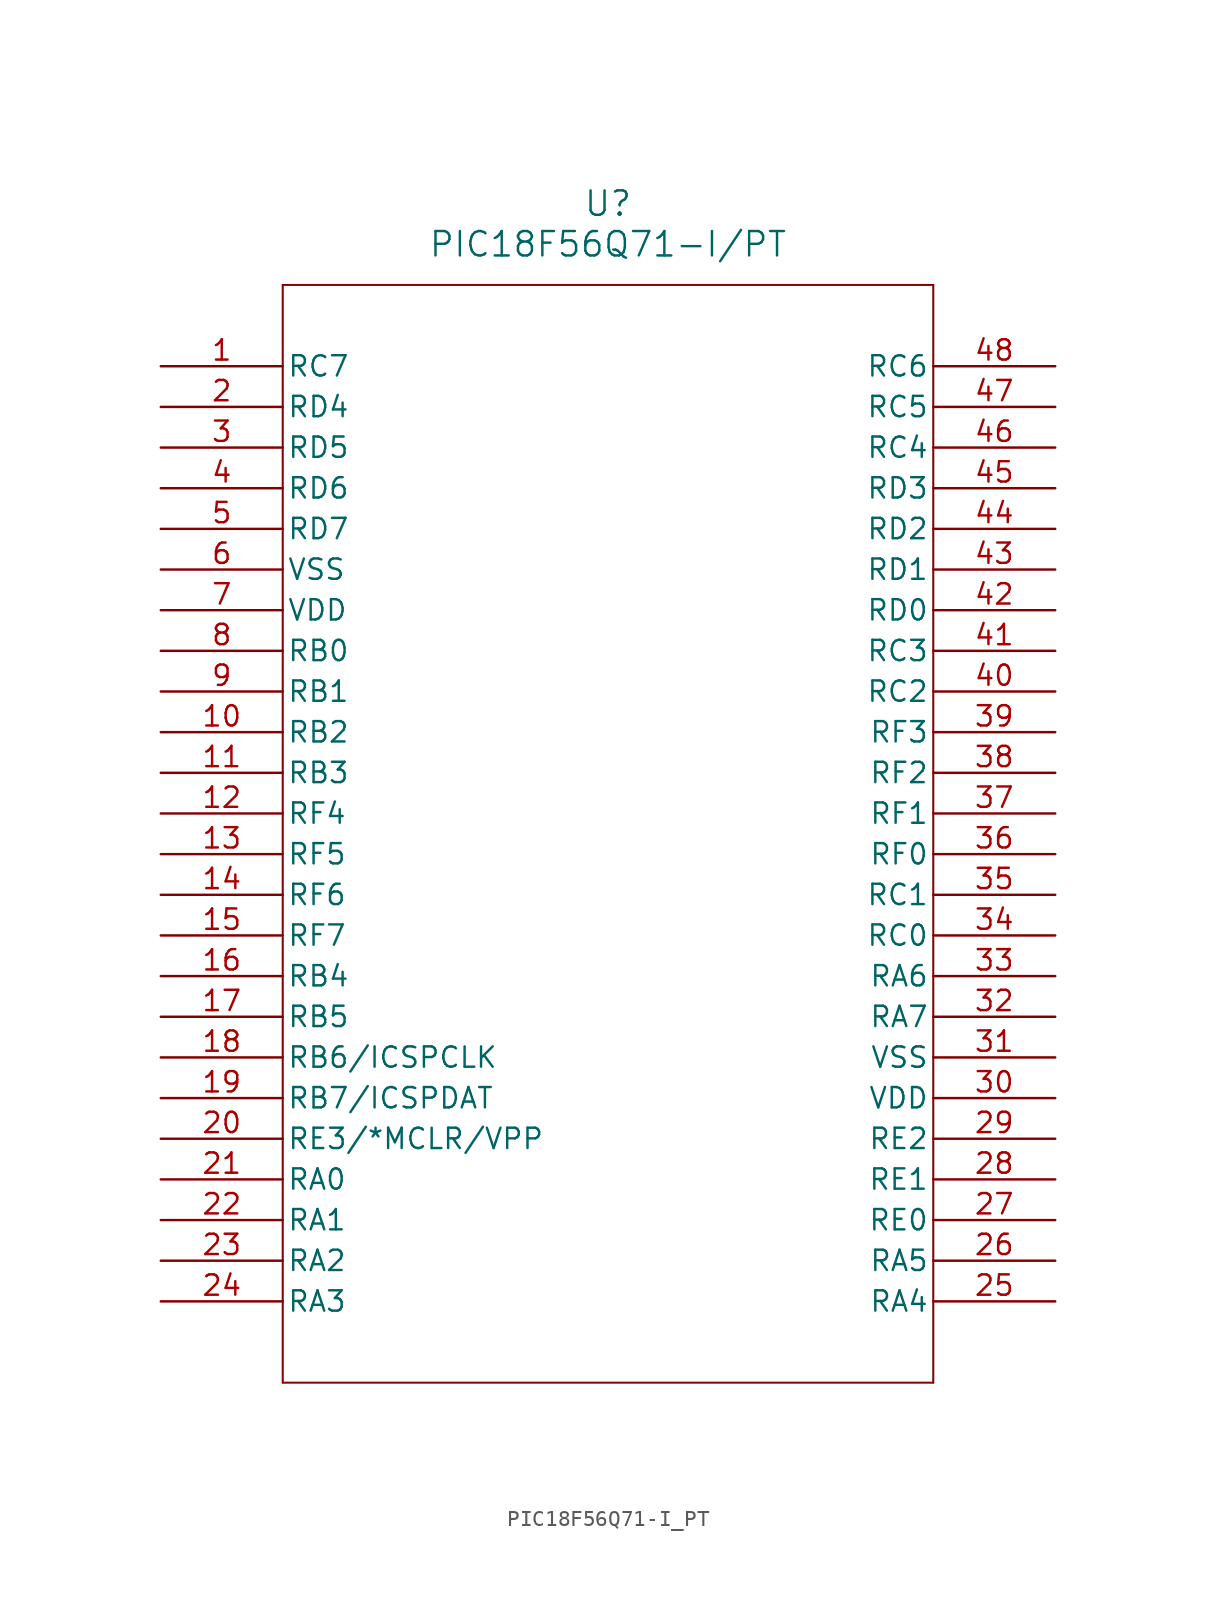
<source format=kicad_sym>
(kicad_symbol_lib
  (version 20211014)
  (generator kicad_symbol_editor)
  (symbol "PIC18F56Q71-I_PT"
    (pin_names
      (offset 0.254))
    (property "Reference" "U"
      (at 27.94 10.16 0)
      (effects (font (size 1.524 1.524))))
    (property "Value" "PIC18F56Q71-I/PT"
      (at 27.94 7.62 0)
      (effects (font (size 1.524 1.524))))
    (symbol "PIC18F56Q71-I_PT_0_1"
      (polyline (pts (xy 7.62 5.08) (xy 7.62 -63.5)) (stroke (width 0.127) (type default) (color 0 0 0 0)) (fill (type none)))
      (polyline (pts (xy 7.62 -63.5) (xy 48.26 -63.5)) (stroke (width 0.127) (type default) (color 0 0 0 0)) (fill (type none)))
      (polyline (pts (xy 48.26 -63.5) (xy 48.26 5.08)) (stroke (width 0.127) (type default) (color 0 0 0 0)) (fill (type none)))
      (polyline (pts (xy 48.26 5.08) (xy 7.62 5.08)) (stroke (width 0.127) (type default) (color 0 0 0 0)) (fill (type none)))
      (pin bidirectional line (at 0 0 0) (length 7.62) (name "RC7" (effects (font (size 1.27 1.27)))) (number "1" (effects (font (size 1.27 1.27)))))
      (pin bidirectional line (at 0 -2.54 0) (length 7.62) (name "RD4" (effects (font (size 1.27 1.27)))) (number "2" (effects (font (size 1.27 1.27)))))
      (pin bidirectional line (at 0 -5.08 0) (length 7.62) (name "RD5" (effects (font (size 1.27 1.27)))) (number "3" (effects (font (size 1.27 1.27)))))
      (pin bidirectional line (at 0 -7.62 0) (length 7.62) (name "RD6" (effects (font (size 1.27 1.27)))) (number "4" (effects (font (size 1.27 1.27)))))
      (pin bidirectional line (at 0 -10.16 0) (length 7.62) (name "RD7" (effects (font (size 1.27 1.27)))) (number "5" (effects (font (size 1.27 1.27)))))
      (pin power_out line (at 0 -12.7 0) (length 7.62) (name "VSS" (effects (font (size 1.27 1.27)))) (number "6" (effects (font (size 1.27 1.27)))))
      (pin power_in line (at 0 -15.24 0) (length 7.62) (name "VDD" (effects (font (size 1.27 1.27)))) (number "7" (effects (font (size 1.27 1.27)))))
      (pin bidirectional line (at 0 -17.78 0) (length 7.62) (name "RB0" (effects (font (size 1.27 1.27)))) (number "8" (effects (font (size 1.27 1.27)))))
      (pin bidirectional line (at 0 -20.32 0) (length 7.62) (name "RB1" (effects (font (size 1.27 1.27)))) (number "9" (effects (font (size 1.27 1.27)))))
      (pin bidirectional line (at 0 -22.86 0) (length 7.62) (name "RB2" (effects (font (size 1.27 1.27)))) (number "10" (effects (font (size 1.27 1.27)))))
      (pin bidirectional line (at 0 -25.4 0) (length 7.62) (name "RB3" (effects (font (size 1.27 1.27)))) (number "11" (effects (font (size 1.27 1.27)))))
      (pin bidirectional line (at 0 -27.94 0) (length 7.62) (name "RF4" (effects (font (size 1.27 1.27)))) (number "12" (effects (font (size 1.27 1.27)))))
      (pin bidirectional line (at 0 -30.48 0) (length 7.62) (name "RF5" (effects (font (size 1.27 1.27)))) (number "13" (effects (font (size 1.27 1.27)))))
      (pin bidirectional line (at 0 -33.02 0) (length 7.62) (name "RF6" (effects (font (size 1.27 1.27)))) (number "14" (effects (font (size 1.27 1.27)))))
      (pin bidirectional line (at 0 -35.56 0) (length 7.62) (name "RF7" (effects (font (size 1.27 1.27)))) (number "15" (effects (font (size 1.27 1.27)))))
      (pin bidirectional line (at 0 -38.1 0) (length 7.62) (name "RB4" (effects (font (size 1.27 1.27)))) (number "16" (effects (font (size 1.27 1.27)))))
      (pin bidirectional line (at 0 -40.64 0) (length 7.62) (name "RB5" (effects (font (size 1.27 1.27)))) (number "17" (effects (font (size 1.27 1.27)))))
      (pin bidirectional line (at 0 -43.18 0) (length 7.62) (name "RB6/ICSPCLK" (effects (font (size 1.27 1.27)))) (number "18" (effects (font (size 1.27 1.27)))))
      (pin bidirectional line (at 0 -45.72 0) (length 7.62) (name "RB7/ICSPDAT" (effects (font (size 1.27 1.27)))) (number "19" (effects (font (size 1.27 1.27)))))
      (pin bidirectional line (at 0 -48.26 0) (length 7.62) (name "RE3/*MCLR/VPP" (effects (font (size 1.27 1.27)))) (number "20" (effects (font (size 1.27 1.27)))))
      (pin bidirectional line (at 0 -50.8 0) (length 7.62) (name "RA0" (effects (font (size 1.27 1.27)))) (number "21" (effects (font (size 1.27 1.27)))))
      (pin bidirectional line (at 0 -53.34 0) (length 7.62) (name "RA1" (effects (font (size 1.27 1.27)))) (number "22" (effects (font (size 1.27 1.27)))))
      (pin bidirectional line (at 0 -55.88 0) (length 7.62) (name "RA2" (effects (font (size 1.27 1.27)))) (number "23" (effects (font (size 1.27 1.27)))))
      (pin bidirectional line (at 0 -58.42 0) (length 7.62) (name "RA3" (effects (font (size 1.27 1.27)))) (number "24" (effects (font (size 1.27 1.27)))))
      (pin bidirectional line (at 55.88 -58.42 180) (length 7.62) (name "RA4" (effects (font (size 1.27 1.27)))) (number "25" (effects (font (size 1.27 1.27)))))
      (pin bidirectional line (at 55.88 -55.88 180) (length 7.62) (name "RA5" (effects (font (size 1.27 1.27)))) (number "26" (effects (font (size 1.27 1.27)))))
      (pin bidirectional line (at 55.88 -53.34 180) (length 7.62) (name "RE0" (effects (font (size 1.27 1.27)))) (number "27" (effects (font (size 1.27 1.27)))))
      (pin bidirectional line (at 55.88 -50.8 180) (length 7.62) (name "RE1" (effects (font (size 1.27 1.27)))) (number "28" (effects (font (size 1.27 1.27)))))
      (pin bidirectional line (at 55.88 -48.26 180) (length 7.62) (name "RE2" (effects (font (size 1.27 1.27)))) (number "29" (effects (font (size 1.27 1.27)))))
      (pin power_in line (at 55.88 -45.72 180) (length 7.62) (name "VDD" (effects (font (size 1.27 1.27)))) (number "30" (effects (font (size 1.27 1.27)))))
      (pin power_out line (at 55.88 -43.18 180) (length 7.62) (name "VSS" (effects (font (size 1.27 1.27)))) (number "31" (effects (font (size 1.27 1.27)))))
      (pin bidirectional line (at 55.88 -40.64 180) (length 7.62) (name "RA7" (effects (font (size 1.27 1.27)))) (number "32" (effects (font (size 1.27 1.27)))))
      (pin bidirectional line (at 55.88 -38.1 180) (length 7.62) (name "RA6" (effects (font (size 1.27 1.27)))) (number "33" (effects (font (size 1.27 1.27)))))
      (pin bidirectional line (at 55.88 -35.56 180) (length 7.62) (name "RC0" (effects (font (size 1.27 1.27)))) (number "34" (effects (font (size 1.27 1.27)))))
      (pin bidirectional line (at 55.88 -33.02 180) (length 7.62) (name "RC1" (effects (font (size 1.27 1.27)))) (number "35" (effects (font (size 1.27 1.27)))))
      (pin bidirectional line (at 55.88 -30.48 180) (length 7.62) (name "RF0" (effects (font (size 1.27 1.27)))) (number "36" (effects (font (size 1.27 1.27)))))
      (pin bidirectional line (at 55.88 -27.94 180) (length 7.62) (name "RF1" (effects (font (size 1.27 1.27)))) (number "37" (effects (font (size 1.27 1.27)))))
      (pin bidirectional line (at 55.88 -25.4 180) (length 7.62) (name "RF2" (effects (font (size 1.27 1.27)))) (number "38" (effects (font (size 1.27 1.27)))))
      (pin bidirectional line (at 55.88 -22.86 180) (length 7.62) (name "RF3" (effects (font (size 1.27 1.27)))) (number "39" (effects (font (size 1.27 1.27)))))
      (pin bidirectional line (at 55.88 -20.32 180) (length 7.62) (name "RC2" (effects (font (size 1.27 1.27)))) (number "40" (effects (font (size 1.27 1.27)))))
      (pin bidirectional line (at 55.88 -17.78 180) (length 7.62) (name "RC3" (effects (font (size 1.27 1.27)))) (number "41" (effects (font (size 1.27 1.27)))))
      (pin bidirectional line (at 55.88 -15.24 180) (length 7.62) (name "RD0" (effects (font (size 1.27 1.27)))) (number "42" (effects (font (size 1.27 1.27)))))
      (pin bidirectional line (at 55.88 -12.7 180) (length 7.62) (name "RD1" (effects (font (size 1.27 1.27)))) (number "43" (effects (font (size 1.27 1.27)))))
      (pin bidirectional line (at 55.88 -10.16 180) (length 7.62) (name "RD2" (effects (font (size 1.27 1.27)))) (number "44" (effects (font (size 1.27 1.27)))))
      (pin bidirectional line (at 55.88 -7.62 180) (length 7.62) (name "RD3" (effects (font (size 1.27 1.27)))) (number "45" (effects (font (size 1.27 1.27)))))
      (pin bidirectional line (at 55.88 -5.08 180) (length 7.62) (name "RC4" (effects (font (size 1.27 1.27)))) (number "46" (effects (font (size 1.27 1.27)))))
      (pin bidirectional line (at 55.88 -2.54 180) (length 7.62) (name "RC5" (effects (font (size 1.27 1.27)))) (number "47" (effects (font (size 1.27 1.27)))))
      (pin bidirectional line (at 55.88 0 180) (length 7.62) (name "RC6" (effects (font (size 1.27 1.27)))) (number "48" (effects (font (size 1.27 1.27))))))))
</source>
